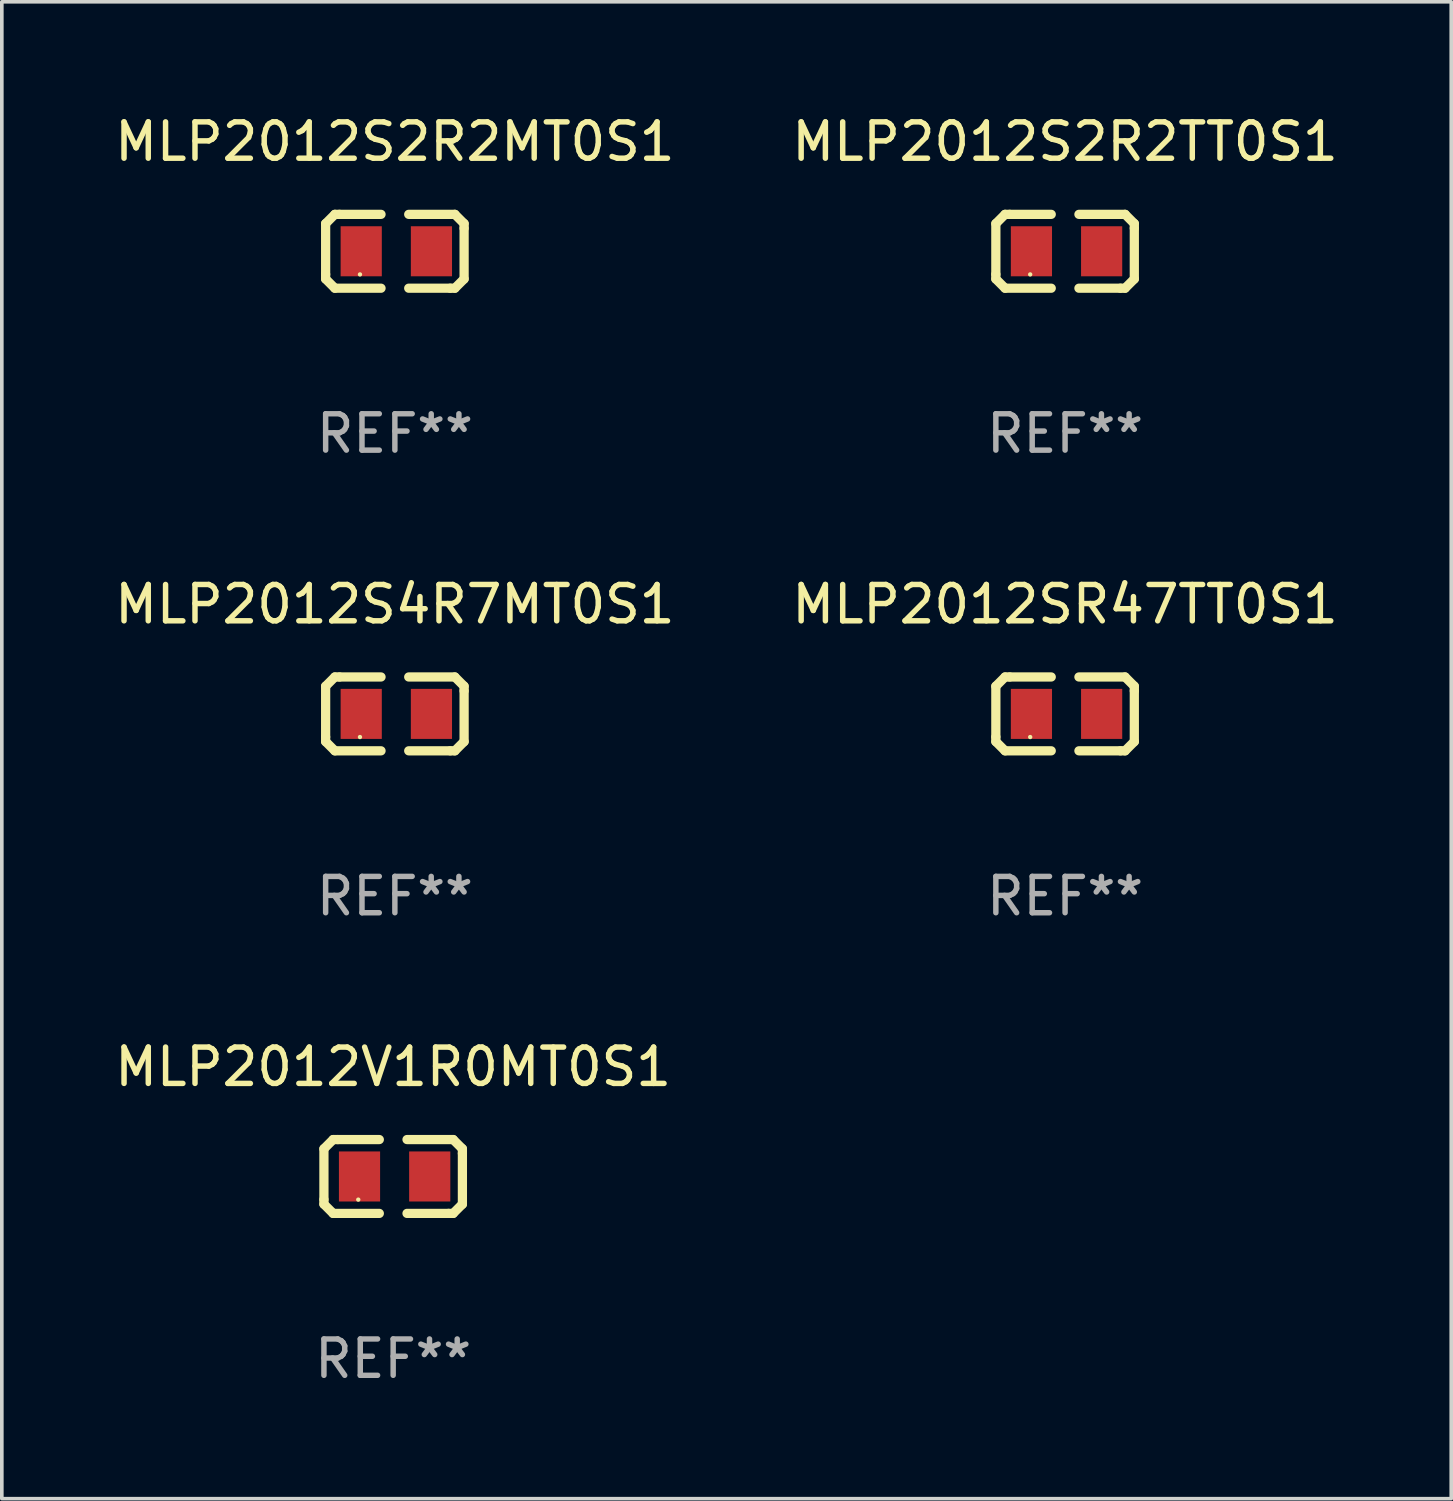
<source format=kicad_pcb>
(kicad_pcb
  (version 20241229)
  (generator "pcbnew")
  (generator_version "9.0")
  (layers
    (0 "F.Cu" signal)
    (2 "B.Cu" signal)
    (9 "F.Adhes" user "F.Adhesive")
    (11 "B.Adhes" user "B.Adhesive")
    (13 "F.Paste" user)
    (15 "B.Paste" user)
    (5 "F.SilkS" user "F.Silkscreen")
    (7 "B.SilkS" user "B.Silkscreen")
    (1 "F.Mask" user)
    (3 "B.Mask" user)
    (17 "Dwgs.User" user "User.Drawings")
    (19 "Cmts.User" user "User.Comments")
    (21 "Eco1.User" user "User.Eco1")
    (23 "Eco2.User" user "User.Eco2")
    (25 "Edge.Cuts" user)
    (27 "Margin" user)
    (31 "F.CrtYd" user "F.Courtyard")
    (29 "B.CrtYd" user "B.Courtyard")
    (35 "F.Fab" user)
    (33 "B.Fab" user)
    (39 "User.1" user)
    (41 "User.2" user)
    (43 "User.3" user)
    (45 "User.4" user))
  (footprint "MLP2012S4R7MT0S1"
    (layer "F.Cu")
    (at 7.815 16.593)
    (property "Reference" "MLP2012S4R7MT0S1" (at 0 -3.016 0) (layer "F.SilkS") (effects (font (size 1 1) (thickness 0.15))))
    (attr through_hole)
    (fp_line (start -1.905 -0.762) (end -1.905 0.635) (stroke (width 0.254) (type solid)) (layer "F.SilkS"))
    (fp_line (start -1.905 0.635) (end -1.905 0.762) (stroke (width 0.254) (type solid)) (layer "F.SilkS"))
    (fp_line (start -1.905 0.762) (end -1.651 1.016) (stroke (width 0.254) (type solid)) (layer "F.SilkS"))
    (fp_line (start -1.651 -1.016) (end -1.905 -0.762) (stroke (width 0.254) (type solid)) (layer "F.SilkS"))
    (fp_line (start -1.651 1.016) (end -0.381 1.016) (stroke (width 0.254) (type solid)) (layer "F.SilkS"))
    (fp_line (start -1.524 -1.016) (end -1.651 -1.016) (stroke (width 0.254) (type solid)) (layer "F.SilkS"))
    (fp_line (start -0.381 -1.016) (end -1.524 -1.016) (stroke (width 0.254) (type solid)) (layer "F.SilkS"))
    (fp_line (start 0.381 1.016) (end 1.524 1.016) (stroke (width 0.254) (type solid)) (layer "F.SilkS"))
    (fp_line (start 1.524 1.016) (end 1.651 1.016) (stroke (width 0.254) (type solid)) (layer "F.SilkS"))
    (fp_line (start 1.651 -1.016) (end 0.381 -1.016) (stroke (width 0.254) (type solid)) (layer "F.SilkS"))
    (fp_line (start 1.651 1.016) (end 1.905 0.762) (stroke (width 0.254) (type solid)) (layer "F.SilkS"))
    (fp_line (start 1.905 -0.762) (end 1.651 -1.016) (stroke (width 0.254) (type solid)) (layer "F.SilkS"))
    (fp_line (start 1.905 -0.635) (end 1.905 -0.762) (stroke (width 0.254) (type solid)) (layer "F.SilkS"))
    (fp_line (start 1.905 0.762) (end 1.905 -0.635) (stroke (width 0.254) (type solid)) (layer "F.SilkS"))
    (fp_circle (center -0.96 0.637) (end -0.93 0.637) (stroke (width 0.06) (type solid)) (fill no) (layer "F.SilkS"))
    (fp_text user "REF**" (at 0 5.016 0) (layer "F.Fab") (effects (font (size 1 1) (thickness 0.15))))
    (pad "1" smd rect (at -0.926 -0.000051) (size 1.133 1.377) (layers "F.Cu" "F.Mask" "F.Paste"))
    (pad "2" smd rect (at 1.006 -0.000051) (size 1.133 1.377) (layers "F.Cu" "F.Mask" "F.Paste")))
  (footprint "MLP2012SR47TT0S1"
    (layer "F.Cu")
    (at 26.256 16.593)
    (property "Reference" "MLP2012SR47TT0S1" (at 0 -3.016 0) (layer "F.SilkS") (effects (font (size 1 1) (thickness 0.15))))
    (attr through_hole)
    (fp_line (start -1.905 -0.762) (end -1.905 0.635) (stroke (width 0.254) (type solid)) (layer "F.SilkS"))
    (fp_line (start -1.905 0.635) (end -1.905 0.762) (stroke (width 0.254) (type solid)) (layer "F.SilkS"))
    (fp_line (start -1.905 0.762) (end -1.651 1.016) (stroke (width 0.254) (type solid)) (layer "F.SilkS"))
    (fp_line (start -1.651 -1.016) (end -1.905 -0.762) (stroke (width 0.254) (type solid)) (layer "F.SilkS"))
    (fp_line (start -1.651 1.016) (end -0.381 1.016) (stroke (width 0.254) (type solid)) (layer "F.SilkS"))
    (fp_line (start -1.524 -1.016) (end -1.651 -1.016) (stroke (width 0.254) (type solid)) (layer "F.SilkS"))
    (fp_line (start -0.381 -1.016) (end -1.524 -1.016) (stroke (width 0.254) (type solid)) (layer "F.SilkS"))
    (fp_line (start 0.381 1.016) (end 1.524 1.016) (stroke (width 0.254) (type solid)) (layer "F.SilkS"))
    (fp_line (start 1.524 1.016) (end 1.651 1.016) (stroke (width 0.254) (type solid)) (layer "F.SilkS"))
    (fp_line (start 1.651 -1.016) (end 0.381 -1.016) (stroke (width 0.254) (type solid)) (layer "F.SilkS"))
    (fp_line (start 1.651 1.016) (end 1.905 0.762) (stroke (width 0.254) (type solid)) (layer "F.SilkS"))
    (fp_line (start 1.905 -0.762) (end 1.651 -1.016) (stroke (width 0.254) (type solid)) (layer "F.SilkS"))
    (fp_line (start 1.905 -0.635) (end 1.905 -0.762) (stroke (width 0.254) (type solid)) (layer "F.SilkS"))
    (fp_line (start 1.905 0.762) (end 1.905 -0.635) (stroke (width 0.254) (type solid)) (layer "F.SilkS"))
    (fp_circle (center -0.96 0.637) (end -0.93 0.637) (stroke (width 0.06) (type solid)) (fill no) (layer "F.SilkS"))
    (fp_text user "REF**" (at 0 5.016 0) (layer "F.Fab") (effects (font (size 1 1) (thickness 0.15))))
    (pad "1" smd rect (at -0.926 -0.000051) (size 1.133 1.377) (layers "F.Cu" "F.Mask" "F.Paste"))
    (pad "2" smd rect (at 1.006 -0.000051) (size 1.133 1.377) (layers "F.Cu" "F.Mask" "F.Paste")))
  (footprint "MLP2012S2R2TT0S1"
    (layer "F.Cu")
    (at 26.256 3.864)
    (property "Reference" "MLP2012S2R2TT0S1" (at 0 -3.016 0) (layer "F.SilkS") (effects (font (size 1 1) (thickness 0.15))))
    (attr through_hole)
    (fp_line (start -1.905 -0.762) (end -1.905 0.635) (stroke (width 0.254) (type solid)) (layer "F.SilkS"))
    (fp_line (start -1.905 0.635) (end -1.905 0.762) (stroke (width 0.254) (type solid)) (layer "F.SilkS"))
    (fp_line (start -1.905 0.762) (end -1.651 1.016) (stroke (width 0.254) (type solid)) (layer "F.SilkS"))
    (fp_line (start -1.651 -1.016) (end -1.905 -0.762) (stroke (width 0.254) (type solid)) (layer "F.SilkS"))
    (fp_line (start -1.651 1.016) (end -0.381 1.016) (stroke (width 0.254) (type solid)) (layer "F.SilkS"))
    (fp_line (start -1.524 -1.016) (end -1.651 -1.016) (stroke (width 0.254) (type solid)) (layer "F.SilkS"))
    (fp_line (start -0.381 -1.016) (end -1.524 -1.016) (stroke (width 0.254) (type solid)) (layer "F.SilkS"))
    (fp_line (start 0.381 1.016) (end 1.524 1.016) (stroke (width 0.254) (type solid)) (layer "F.SilkS"))
    (fp_line (start 1.524 1.016) (end 1.651 1.016) (stroke (width 0.254) (type solid)) (layer "F.SilkS"))
    (fp_line (start 1.651 -1.016) (end 0.381 -1.016) (stroke (width 0.254) (type solid)) (layer "F.SilkS"))
    (fp_line (start 1.651 1.016) (end 1.905 0.762) (stroke (width 0.254) (type solid)) (layer "F.SilkS"))
    (fp_line (start 1.905 -0.762) (end 1.651 -1.016) (stroke (width 0.254) (type solid)) (layer "F.SilkS"))
    (fp_line (start 1.905 -0.635) (end 1.905 -0.762) (stroke (width 0.254) (type solid)) (layer "F.SilkS"))
    (fp_line (start 1.905 0.762) (end 1.905 -0.635) (stroke (width 0.254) (type solid)) (layer "F.SilkS"))
    (fp_circle (center -0.96 0.637) (end -0.93 0.637) (stroke (width 0.06) (type solid)) (fill no) (layer "F.SilkS"))
    (fp_text user "REF**" (at 0 5.016 0) (layer "F.Fab") (effects (font (size 1 1) (thickness 0.15))))
    (pad "1" smd rect (at -0.926 -0.000051) (size 1.133 1.377) (layers "F.Cu" "F.Mask" "F.Paste"))
    (pad "2" smd rect (at 1.006 -0.000051) (size 1.133 1.377) (layers "F.Cu" "F.Mask" "F.Paste")))
  (footprint "MLP2012S2R2MT0S1"
    (layer "F.Cu")
    (at 7.815 3.864)
    (property "Reference" "MLP2012S2R2MT0S1" (at 0 -3.016 0) (layer "F.SilkS") (effects (font (size 1 1) (thickness 0.15))))
    (attr through_hole)
    (fp_line (start -1.905 -0.762) (end -1.905 0.635) (stroke (width 0.254) (type solid)) (layer "F.SilkS"))
    (fp_line (start -1.905 0.635) (end -1.905 0.762) (stroke (width 0.254) (type solid)) (layer "F.SilkS"))
    (fp_line (start -1.905 0.762) (end -1.651 1.016) (stroke (width 0.254) (type solid)) (layer "F.SilkS"))
    (fp_line (start -1.651 -1.016) (end -1.905 -0.762) (stroke (width 0.254) (type solid)) (layer "F.SilkS"))
    (fp_line (start -1.651 1.016) (end -0.381 1.016) (stroke (width 0.254) (type solid)) (layer "F.SilkS"))
    (fp_line (start -1.524 -1.016) (end -1.651 -1.016) (stroke (width 0.254) (type solid)) (layer "F.SilkS"))
    (fp_line (start -0.381 -1.016) (end -1.524 -1.016) (stroke (width 0.254) (type solid)) (layer "F.SilkS"))
    (fp_line (start 0.381 1.016) (end 1.524 1.016) (stroke (width 0.254) (type solid)) (layer "F.SilkS"))
    (fp_line (start 1.524 1.016) (end 1.651 1.016) (stroke (width 0.254) (type solid)) (layer "F.SilkS"))
    (fp_line (start 1.651 -1.016) (end 0.381 -1.016) (stroke (width 0.254) (type solid)) (layer "F.SilkS"))
    (fp_line (start 1.651 1.016) (end 1.905 0.762) (stroke (width 0.254) (type solid)) (layer "F.SilkS"))
    (fp_line (start 1.905 -0.762) (end 1.651 -1.016) (stroke (width 0.254) (type solid)) (layer "F.SilkS"))
    (fp_line (start 1.905 -0.635) (end 1.905 -0.762) (stroke (width 0.254) (type solid)) (layer "F.SilkS"))
    (fp_line (start 1.905 0.762) (end 1.905 -0.635) (stroke (width 0.254) (type solid)) (layer "F.SilkS"))
    (fp_circle (center -0.96 0.637) (end -0.93 0.637) (stroke (width 0.06) (type solid)) (fill no) (layer "F.SilkS"))
    (fp_text user "REF**" (at 0 5.016 0) (layer "F.Fab") (effects (font (size 1 1) (thickness 0.15))))
    (pad "1" smd rect (at -0.926 -0.000051) (size 1.133 1.377) (layers "F.Cu" "F.Mask" "F.Paste"))
    (pad "2" smd rect (at 1.006 -0.000051) (size 1.133 1.377) (layers "F.Cu" "F.Mask" "F.Paste")))
  (footprint "MLP2012V1R0MT0S1"
    (layer "F.Cu")
    (at 7.768 29.321)
    (property "Reference" "MLP2012V1R0MT0S1" (at 0 -3.016 0) (layer "F.SilkS") (effects (font (size 1 1) (thickness 0.15))))
    (attr through_hole)
    (fp_line (start -1.905 -0.762) (end -1.905 0.635) (stroke (width 0.254) (type solid)) (layer "F.SilkS"))
    (fp_line (start -1.905 0.635) (end -1.905 0.762) (stroke (width 0.254) (type solid)) (layer "F.SilkS"))
    (fp_line (start -1.905 0.762) (end -1.651 1.016) (stroke (width 0.254) (type solid)) (layer "F.SilkS"))
    (fp_line (start -1.651 -1.016) (end -1.905 -0.762) (stroke (width 0.254) (type solid)) (layer "F.SilkS"))
    (fp_line (start -1.651 1.016) (end -0.381 1.016) (stroke (width 0.254) (type solid)) (layer "F.SilkS"))
    (fp_line (start -1.524 -1.016) (end -1.651 -1.016) (stroke (width 0.254) (type solid)) (layer "F.SilkS"))
    (fp_line (start -0.381 -1.016) (end -1.524 -1.016) (stroke (width 0.254) (type solid)) (layer "F.SilkS"))
    (fp_line (start 0.381 1.016) (end 1.524 1.016) (stroke (width 0.254) (type solid)) (layer "F.SilkS"))
    (fp_line (start 1.524 1.016) (end 1.651 1.016) (stroke (width 0.254) (type solid)) (layer "F.SilkS"))
    (fp_line (start 1.651 -1.016) (end 0.381 -1.016) (stroke (width 0.254) (type solid)) (layer "F.SilkS"))
    (fp_line (start 1.651 1.016) (end 1.905 0.762) (stroke (width 0.254) (type solid)) (layer "F.SilkS"))
    (fp_line (start 1.905 -0.762) (end 1.651 -1.016) (stroke (width 0.254) (type solid)) (layer "F.SilkS"))
    (fp_line (start 1.905 -0.635) (end 1.905 -0.762) (stroke (width 0.254) (type solid)) (layer "F.SilkS"))
    (fp_line (start 1.905 0.762) (end 1.905 -0.635) (stroke (width 0.254) (type solid)) (layer "F.SilkS"))
    (fp_circle (center -0.96 0.637) (end -0.93 0.637) (stroke (width 0.06) (type solid)) (fill no) (layer "F.SilkS"))
    (fp_text user "REF**" (at 0 5.016 0) (layer "F.Fab") (effects (font (size 1 1) (thickness 0.15))))
    (pad "1" smd rect (at -0.926 -0.000051) (size 1.133 1.377) (layers "F.Cu" "F.Mask" "F.Paste"))
    (pad "2" smd rect (at 1.006 -0.000051) (size 1.133 1.377) (layers "F.Cu" "F.Mask" "F.Paste")))
  (gr_rect
    (start -3 -3)
    (end 36.881 38.186)
    (stroke (width 0.1) (type default))
    (fill no)
    (layer "Edge.Cuts")))
</source>
